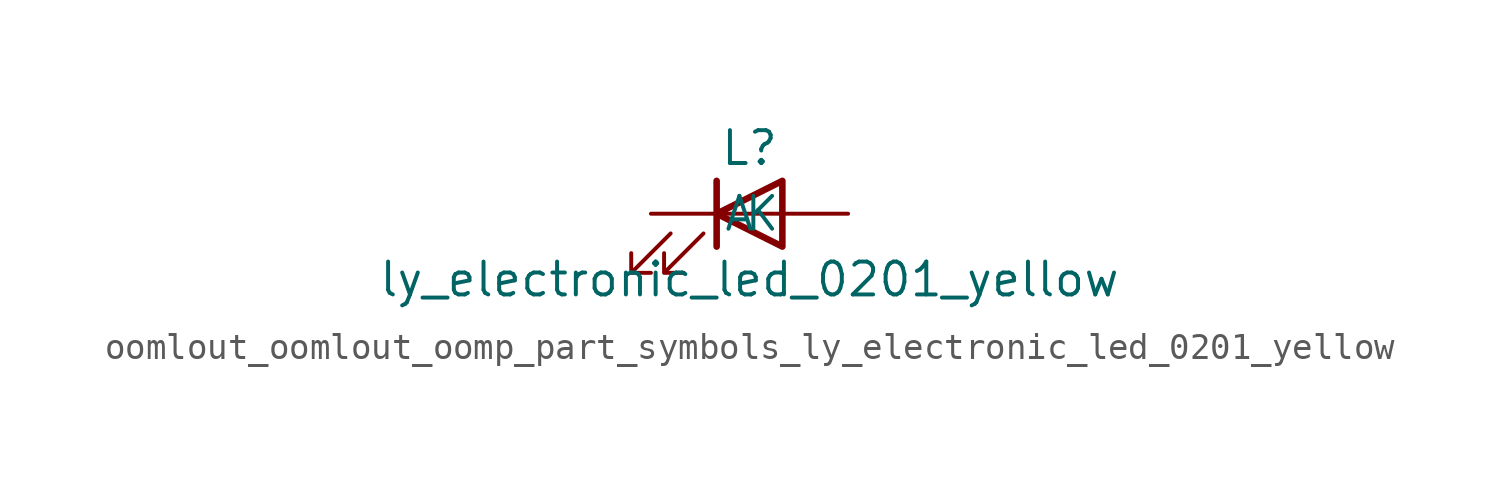
<source format=kicad_sym>
(kicad_symbol_lib
  (version 20220914)
  (generator kicad_symbol_editor)
  (symbol "oomlout_oomlout_oomp_part_symbols_ly_electronic_led_0201_yellow"
    (pin_numbers hide)
    (pin_names
      (offset 1.016))
    (property "Reference" "L"
      (at 0 2.54 0)
      (effects (font (size 1.27 1.27))))
    (property "Value" "ly_electronic_led_0201_yellow"
      (at 0 -2.54 0)
      (effects (font (size 1.27 1.27))))
    (symbol "oomlout_oomlout_oomp_part_symbols_ly_electronic_led_0201_yellow_0_1"
      (polyline (pts (xy -1.27 -1.27) (xy -1.27 1.27)) (stroke (width 0.254) (type default)) (fill (type none)))
      (polyline (pts (xy -1.27 0) (xy 1.27 0)) (stroke (width 0) (type default)) (fill (type none)))
      (polyline (pts (xy 1.27 -1.27) (xy 1.27 1.27) (xy -1.27 0) (xy 1.27 -1.27)) (stroke (width 0.254) (type default)) (fill (type none)))
      (polyline (pts (xy -3.048 -0.762) (xy -4.572 -2.286) (xy -3.81 -2.286) (xy -4.572 -2.286) (xy -4.572 -1.524)) (stroke (width 0) (type default)) (fill (type none)))
      (polyline (pts (xy -1.778 -0.762) (xy -3.302 -2.286) (xy -2.54 -2.286) (xy -3.302 -2.286) (xy -3.302 -1.524)) (stroke (width 0) (type default)) (fill (type none))))
    (symbol "oomlout_oomlout_oomp_part_symbols_ly_electronic_led_0201_yellow_1_1"
      (pin passive line (at -3.81 0 0) (length 2.54) (name "K" (effects (font (size 1.27 1.27)))) (number "1" (effects (font (size 1.27 1.27)))))
      (pin passive line (at 3.81 0 180) (length 2.54) (name "A" (effects (font (size 1.27 1.27)))) (number "2" (effects (font (size 1.27 1.27))))))))
</source>
